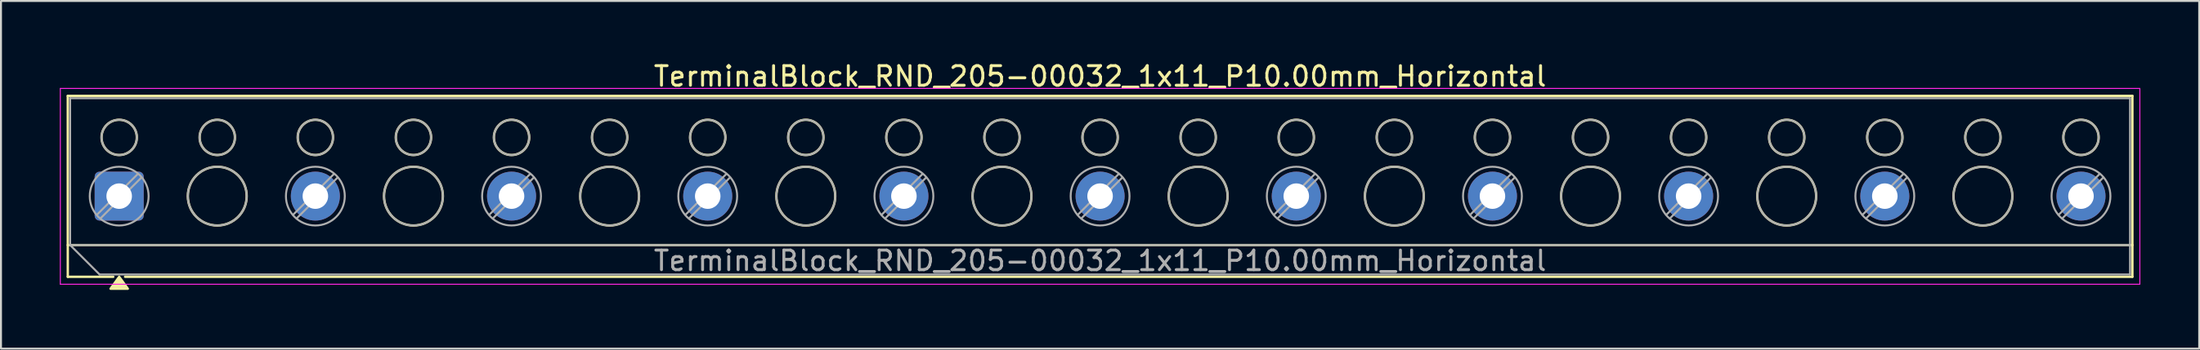
<source format=kicad_pcb>
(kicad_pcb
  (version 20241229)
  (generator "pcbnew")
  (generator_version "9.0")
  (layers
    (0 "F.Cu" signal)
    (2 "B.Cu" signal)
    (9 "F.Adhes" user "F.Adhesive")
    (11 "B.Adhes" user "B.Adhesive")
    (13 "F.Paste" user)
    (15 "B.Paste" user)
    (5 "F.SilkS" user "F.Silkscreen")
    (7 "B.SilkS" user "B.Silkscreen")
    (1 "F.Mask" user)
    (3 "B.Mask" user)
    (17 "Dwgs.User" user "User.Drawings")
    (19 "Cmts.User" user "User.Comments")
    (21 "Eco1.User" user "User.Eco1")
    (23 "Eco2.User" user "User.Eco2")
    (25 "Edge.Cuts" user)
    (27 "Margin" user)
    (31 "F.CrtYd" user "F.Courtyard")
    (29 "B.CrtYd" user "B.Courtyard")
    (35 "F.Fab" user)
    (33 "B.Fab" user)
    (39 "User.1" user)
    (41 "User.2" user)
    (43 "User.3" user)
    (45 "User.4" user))
  (footprint "TerminalBlock_RND_205-00032_1x11_P10.00mm_Horizontal"
    (layer "F.Cu")
    (at 3.025 6.968)
    (property "Reference" "TerminalBlock_RND_205-00032_1x11_P10.00mm_Horizontal" (at 50 -6.12 0) (layer "F.SilkS") (effects (font (size 1 1) (thickness 0.15))))
    (attr through_hole)
    (fp_line (start -2.62 -5.12) (end -2.62 4.12) (stroke (width 0.12) (type solid)) (layer "F.SilkS"))
    (fp_line (start -2.62 -5.12) (end 102.62 -5.12) (stroke (width 0.12) (type solid)) (layer "F.SilkS"))
    (fp_line (start -2.62 2.5) (end 102.62 2.5) (stroke (width 0.12) (type solid)) (layer "F.SilkS"))
    (fp_line (start -2.62 4.12) (end -0.3 4.12) (stroke (width 0.12) (type solid)) (layer "F.SilkS"))
    (fp_line (start 0.3 4.12) (end 102.62 4.12) (stroke (width 0.12) (type solid)) (layer "F.SilkS"))
    (fp_line (start 102.62 -5.12) (end 102.62 4.12) (stroke (width 0.12) (type solid)) (layer "F.SilkS"))
    (fp_circle (center 0 -3) (end 0.9 -3) (stroke (width 0.12) (type solid)) (fill no) (layer "F.SilkS"))
    (fp_circle (center 5 -3) (end 5.9 -3) (stroke (width 0.12) (type solid)) (fill no) (layer "F.SilkS"))
    (fp_circle (center 5 0) (end 6.5 0) (stroke (width 0.12) (type solid)) (fill no) (layer "F.SilkS"))
    (fp_circle (center 10 -3) (end 10.9 -3) (stroke (width 0.12) (type solid)) (fill no) (layer "F.SilkS"))
    (fp_circle (center 15 -3) (end 15.9 -3) (stroke (width 0.12) (type solid)) (fill no) (layer "F.SilkS"))
    (fp_circle (center 15 0) (end 16.5 0) (stroke (width 0.12) (type solid)) (fill no) (layer "F.SilkS"))
    (fp_circle (center 20 -3) (end 20.9 -3) (stroke (width 0.12) (type solid)) (fill no) (layer "F.SilkS"))
    (fp_circle (center 25 -3) (end 25.9 -3) (stroke (width 0.12) (type solid)) (fill no) (layer "F.SilkS"))
    (fp_circle (center 25 0) (end 26.5 0) (stroke (width 0.12) (type solid)) (fill no) (layer "F.SilkS"))
    (fp_circle (center 30 -3) (end 30.9 -3) (stroke (width 0.12) (type solid)) (fill no) (layer "F.SilkS"))
    (fp_circle (center 35 -3) (end 35.9 -3) (stroke (width 0.12) (type solid)) (fill no) (layer "F.SilkS"))
    (fp_circle (center 35 0) (end 36.5 0) (stroke (width 0.12) (type solid)) (fill no) (layer "F.SilkS"))
    (fp_circle (center 40 -3) (end 40.9 -3) (stroke (width 0.12) (type solid)) (fill no) (layer "F.SilkS"))
    (fp_circle (center 45 -3) (end 45.9 -3) (stroke (width 0.12) (type solid)) (fill no) (layer "F.SilkS"))
    (fp_circle (center 45 0) (end 46.5 0) (stroke (width 0.12) (type solid)) (fill no) (layer "F.SilkS"))
    (fp_circle (center 50 -3) (end 50.9 -3) (stroke (width 0.12) (type solid)) (fill no) (layer "F.SilkS"))
    (fp_circle (center 55 -3) (end 55.9 -3) (stroke (width 0.12) (type solid)) (fill no) (layer "F.SilkS"))
    (fp_circle (center 55 0) (end 56.5 0) (stroke (width 0.12) (type solid)) (fill no) (layer "F.SilkS"))
    (fp_circle (center 60 -3) (end 60.9 -3) (stroke (width 0.12) (type solid)) (fill no) (layer "F.SilkS"))
    (fp_circle (center 65 -3) (end 65.9 -3) (stroke (width 0.12) (type solid)) (fill no) (layer "F.SilkS"))
    (fp_circle (center 65 0) (end 66.5 0) (stroke (width 0.12) (type solid)) (fill no) (layer "F.SilkS"))
    (fp_circle (center 70 -3) (end 70.9 -3) (stroke (width 0.12) (type solid)) (fill no) (layer "F.SilkS"))
    (fp_circle (center 75 -3) (end 75.9 -3) (stroke (width 0.12) (type solid)) (fill no) (layer "F.SilkS"))
    (fp_circle (center 75 0) (end 76.5 0) (stroke (width 0.12) (type solid)) (fill no) (layer "F.SilkS"))
    (fp_circle (center 80 -3) (end 80.9 -3) (stroke (width 0.12) (type solid)) (fill no) (layer "F.SilkS"))
    (fp_circle (center 85 -3) (end 85.9 -3) (stroke (width 0.12) (type solid)) (fill no) (layer "F.SilkS"))
    (fp_circle (center 85 0) (end 86.5 0) (stroke (width 0.12) (type solid)) (fill no) (layer "F.SilkS"))
    (fp_circle (center 90 -3) (end 90.9 -3) (stroke (width 0.12) (type solid)) (fill no) (layer "F.SilkS"))
    (fp_circle (center 95 -3) (end 95.9 -3) (stroke (width 0.12) (type solid)) (fill no) (layer "F.SilkS"))
    (fp_circle (center 95 0) (end 96.5 0) (stroke (width 0.12) (type solid)) (fill no) (layer "F.SilkS"))
    (fp_circle (center 100 -3) (end 100.9 -3) (stroke (width 0.12) (type solid)) (fill no) (layer "F.SilkS"))
    (fp_poly (pts (xy 0 4.12) (xy 0.44 4.73) (xy -0.44 4.73)) (stroke (width 0.12) (type solid)) (fill yes) (layer "F.SilkS"))
    (fp_line (start -3 -5.5) (end -3 4.5) (stroke (width 0.05) (type solid)) (layer "F.CrtYd"))
    (fp_line (start -3 4.5) (end 103 4.5) (stroke (width 0.05) (type solid)) (layer "F.CrtYd"))
    (fp_line (start 103 -5.5) (end -3 -5.5) (stroke (width 0.05) (type solid)) (layer "F.CrtYd"))
    (fp_line (start 103 4.5) (end 103 -5.5) (stroke (width 0.05) (type solid)) (layer "F.CrtYd"))
    (fp_line (start -2.5 -5) (end 102.5 -5) (stroke (width 0.1) (type solid)) (layer "F.Fab"))
    (fp_line (start -2.5 2.5) (end -2.5 -5) (stroke (width 0.1) (type solid)) (layer "F.Fab"))
    (fp_line (start -2.5 2.5) (end 102.5 2.5) (stroke (width 0.1) (type solid)) (layer "F.Fab"))
    (fp_line (start -1 4) (end -2.5 2.5) (stroke (width 0.1) (type solid)) (layer "F.Fab"))
    (fp_line (start 0.955 -1.138) (end -1.138 0.954) (stroke (width 0.1) (type solid)) (layer "F.Fab"))
    (fp_line (start 1.138 -0.954) (end -0.955 1.137) (stroke (width 0.1) (type solid)) (layer "F.Fab"))
    (fp_line (start 10.955 -1.138) (end 8.862 0.954) (stroke (width 0.1) (type solid)) (layer "F.Fab"))
    (fp_line (start 11.138 -0.954) (end 9.045 1.137) (stroke (width 0.1) (type solid)) (layer "F.Fab"))
    (fp_line (start 20.955 -1.138) (end 18.862 0.954) (stroke (width 0.1) (type solid)) (layer "F.Fab"))
    (fp_line (start 21.138 -0.954) (end 19.045 1.137) (stroke (width 0.1) (type solid)) (layer "F.Fab"))
    (fp_line (start 30.955 -1.138) (end 28.862 0.954) (stroke (width 0.1) (type solid)) (layer "F.Fab"))
    (fp_line (start 31.138 -0.954) (end 29.045 1.137) (stroke (width 0.1) (type solid)) (layer "F.Fab"))
    (fp_line (start 40.955 -1.138) (end 38.862 0.954) (stroke (width 0.1) (type solid)) (layer "F.Fab"))
    (fp_line (start 41.138 -0.954) (end 39.045 1.137) (stroke (width 0.1) (type solid)) (layer "F.Fab"))
    (fp_line (start 50.955 -1.138) (end 48.862 0.954) (stroke (width 0.1) (type solid)) (layer "F.Fab"))
    (fp_line (start 51.138 -0.954) (end 49.045 1.137) (stroke (width 0.1) (type solid)) (layer "F.Fab"))
    (fp_line (start 60.955 -1.138) (end 58.862 0.954) (stroke (width 0.1) (type solid)) (layer "F.Fab"))
    (fp_line (start 61.138 -0.954) (end 59.045 1.137) (stroke (width 0.1) (type solid)) (layer "F.Fab"))
    (fp_line (start 70.955 -1.138) (end 68.862 0.954) (stroke (width 0.1) (type solid)) (layer "F.Fab"))
    (fp_line (start 71.138 -0.954) (end 69.045 1.137) (stroke (width 0.1) (type solid)) (layer "F.Fab"))
    (fp_line (start 80.955 -1.138) (end 78.862 0.954) (stroke (width 0.1) (type solid)) (layer "F.Fab"))
    (fp_line (start 81.138 -0.954) (end 79.045 1.137) (stroke (width 0.1) (type solid)) (layer "F.Fab"))
    (fp_line (start 90.955 -1.138) (end 88.862 0.954) (stroke (width 0.1) (type solid)) (layer "F.Fab"))
    (fp_line (start 91.138 -0.954) (end 89.045 1.137) (stroke (width 0.1) (type solid)) (layer "F.Fab"))
    (fp_line (start 100.955 -1.138) (end 98.862 0.954) (stroke (width 0.1) (type solid)) (layer "F.Fab"))
    (fp_line (start 101.138 -0.954) (end 99.045 1.137) (stroke (width 0.1) (type solid)) (layer "F.Fab"))
    (fp_line (start 102.5 -5) (end 102.5 4) (stroke (width 0.1) (type solid)) (layer "F.Fab"))
    (fp_line (start 102.5 4) (end -1 4) (stroke (width 0.1) (type solid)) (layer "F.Fab"))
    (fp_circle (center 0 -3) (end 0.9 -3) (stroke (width 0.1) (type solid)) (fill no) (layer "F.Fab"))
    (fp_circle (center 0 0) (end 1.5 0) (stroke (width 0.1) (type solid)) (fill no) (layer "F.Fab"))
    (fp_circle (center 5 -3) (end 5.9 -3) (stroke (width 0.1) (type solid)) (fill no) (layer "F.Fab"))
    (fp_circle (center 5 0) (end 6.5 0) (stroke (width 0.1) (type solid)) (fill no) (layer "F.Fab"))
    (fp_circle (center 10 -3) (end 10.9 -3) (stroke (width 0.1) (type solid)) (fill no) (layer "F.Fab"))
    (fp_circle (center 10 0) (end 11.5 0) (stroke (width 0.1) (type solid)) (fill no) (layer "F.Fab"))
    (fp_circle (center 15 -3) (end 15.9 -3) (stroke (width 0.1) (type solid)) (fill no) (layer "F.Fab"))
    (fp_circle (center 15 0) (end 16.5 0) (stroke (width 0.1) (type solid)) (fill no) (layer "F.Fab"))
    (fp_circle (center 20 -3) (end 20.9 -3) (stroke (width 0.1) (type solid)) (fill no) (layer "F.Fab"))
    (fp_circle (center 20 0) (end 21.5 0) (stroke (width 0.1) (type solid)) (fill no) (layer "F.Fab"))
    (fp_circle (center 25 -3) (end 25.9 -3) (stroke (width 0.1) (type solid)) (fill no) (layer "F.Fab"))
    (fp_circle (center 25 0) (end 26.5 0) (stroke (width 0.1) (type solid)) (fill no) (layer "F.Fab"))
    (fp_circle (center 30 -3) (end 30.9 -3) (stroke (width 0.1) (type solid)) (fill no) (layer "F.Fab"))
    (fp_circle (center 30 0) (end 31.5 0) (stroke (width 0.1) (type solid)) (fill no) (layer "F.Fab"))
    (fp_circle (center 35 -3) (end 35.9 -3) (stroke (width 0.1) (type solid)) (fill no) (layer "F.Fab"))
    (fp_circle (center 35 0) (end 36.5 0) (stroke (width 0.1) (type solid)) (fill no) (layer "F.Fab"))
    (fp_circle (center 40 -3) (end 40.9 -3) (stroke (width 0.1) (type solid)) (fill no) (layer "F.Fab"))
    (fp_circle (center 40 0) (end 41.5 0) (stroke (width 0.1) (type solid)) (fill no) (layer "F.Fab"))
    (fp_circle (center 45 -3) (end 45.9 -3) (stroke (width 0.1) (type solid)) (fill no) (layer "F.Fab"))
    (fp_circle (center 45 0) (end 46.5 0) (stroke (width 0.1) (type solid)) (fill no) (layer "F.Fab"))
    (fp_circle (center 50 -3) (end 50.9 -3) (stroke (width 0.1) (type solid)) (fill no) (layer "F.Fab"))
    (fp_circle (center 50 0) (end 51.5 0) (stroke (width 0.1) (type solid)) (fill no) (layer "F.Fab"))
    (fp_circle (center 55 -3) (end 55.9 -3) (stroke (width 0.1) (type solid)) (fill no) (layer "F.Fab"))
    (fp_circle (center 55 0) (end 56.5 0) (stroke (width 0.1) (type solid)) (fill no) (layer "F.Fab"))
    (fp_circle (center 60 -3) (end 60.9 -3) (stroke (width 0.1) (type solid)) (fill no) (layer "F.Fab"))
    (fp_circle (center 60 0) (end 61.5 0) (stroke (width 0.1) (type solid)) (fill no) (layer "F.Fab"))
    (fp_circle (center 65 -3) (end 65.9 -3) (stroke (width 0.1) (type solid)) (fill no) (layer "F.Fab"))
    (fp_circle (center 65 0) (end 66.5 0) (stroke (width 0.1) (type solid)) (fill no) (layer "F.Fab"))
    (fp_circle (center 70 -3) (end 70.9 -3) (stroke (width 0.1) (type solid)) (fill no) (layer "F.Fab"))
    (fp_circle (center 70 0) (end 71.5 0) (stroke (width 0.1) (type solid)) (fill no) (layer "F.Fab"))
    (fp_circle (center 75 -3) (end 75.9 -3) (stroke (width 0.1) (type solid)) (fill no) (layer "F.Fab"))
    (fp_circle (center 75 0) (end 76.5 0) (stroke (width 0.1) (type solid)) (fill no) (layer "F.Fab"))
    (fp_circle (center 80 -3) (end 80.9 -3) (stroke (width 0.1) (type solid)) (fill no) (layer "F.Fab"))
    (fp_circle (center 80 0) (end 81.5 0) (stroke (width 0.1) (type solid)) (fill no) (layer "F.Fab"))
    (fp_circle (center 85 -3) (end 85.9 -3) (stroke (width 0.1) (type solid)) (fill no) (layer "F.Fab"))
    (fp_circle (center 85 0) (end 86.5 0) (stroke (width 0.1) (type solid)) (fill no) (layer "F.Fab"))
    (fp_circle (center 90 -3) (end 90.9 -3) (stroke (width 0.1) (type solid)) (fill no) (layer "F.Fab"))
    (fp_circle (center 90 0) (end 91.5 0) (stroke (width 0.1) (type solid)) (fill no) (layer "F.Fab"))
    (fp_circle (center 95 -3) (end 95.9 -3) (stroke (width 0.1) (type solid)) (fill no) (layer "F.Fab"))
    (fp_circle (center 95 0) (end 96.5 0) (stroke (width 0.1) (type solid)) (fill no) (layer "F.Fab"))
    (fp_circle (center 100 -3) (end 100.9 -3) (stroke (width 0.1) (type solid)) (fill no) (layer "F.Fab"))
    (fp_circle (center 100 0) (end 101.5 0) (stroke (width 0.1) (type solid)) (fill no) (layer "F.Fab"))
    (fp_text user "${REFERENCE}" (at 50 3.3 0) (layer "F.Fab") (effects (font (size 1 1) (thickness 0.15))))
    (pad "1" thru_hole roundrect (at 0 0) (size 2.5 2.5) (drill 1.3) (layers "*.Cu" "*.Mask") (roundrect_rratio 0.1))
    (pad "2" thru_hole circle (at 10 0) (size 2.5 2.5) (drill 1.3) (layers "*.Cu" "*.Mask"))
    (pad "3" thru_hole circle (at 20 0) (size 2.5 2.5) (drill 1.3) (layers "*.Cu" "*.Mask"))
    (pad "4" thru_hole circle (at 30 0) (size 2.5 2.5) (drill 1.3) (layers "*.Cu" "*.Mask"))
    (pad "5" thru_hole circle (at 40 0) (size 2.5 2.5) (drill 1.3) (layers "*.Cu" "*.Mask"))
    (pad "6" thru_hole circle (at 50 0) (size 2.5 2.5) (drill 1.3) (layers "*.Cu" "*.Mask"))
    (pad "7" thru_hole circle (at 60 0) (size 2.5 2.5) (drill 1.3) (layers "*.Cu" "*.Mask"))
    (pad "8" thru_hole circle (at 70 0) (size 2.5 2.5) (drill 1.3) (layers "*.Cu" "*.Mask"))
    (pad "9" thru_hole circle (at 80 0) (size 2.5 2.5) (drill 1.3) (layers "*.Cu" "*.Mask"))
    (pad "10" thru_hole circle (at 90 0) (size 2.5 2.5) (drill 1.3) (layers "*.Cu" "*.Mask"))
    (pad "11" thru_hole circle (at 100 0) (size 2.5 2.5) (drill 1.3) (layers "*.Cu" "*.Mask")))
  (gr_rect
    (start -3 -3)
    (end 109.05 14.758)
    (stroke (width 0.1) (type default))
    (fill no)
    (layer "Edge.Cuts")))
</source>
